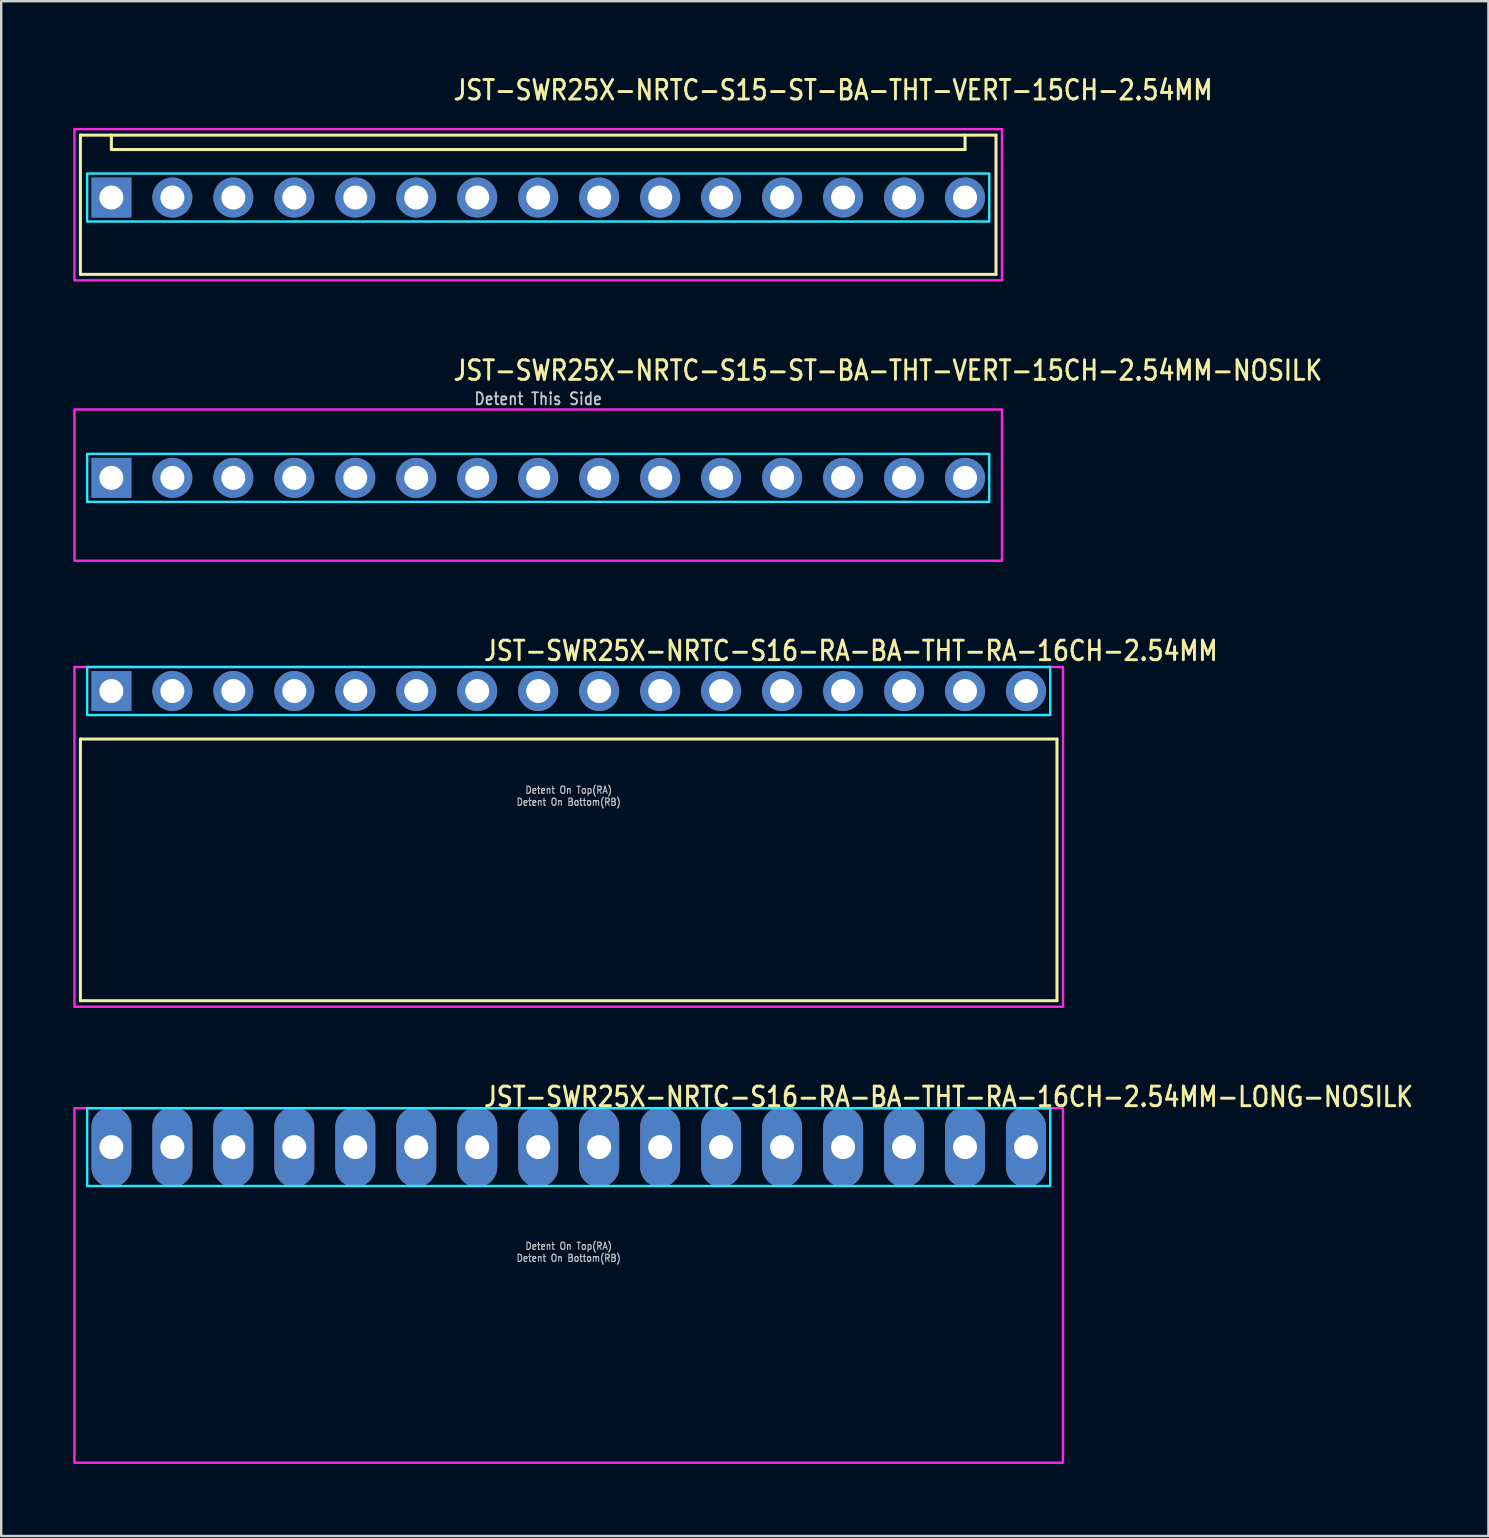
<source format=kicad_pcb>
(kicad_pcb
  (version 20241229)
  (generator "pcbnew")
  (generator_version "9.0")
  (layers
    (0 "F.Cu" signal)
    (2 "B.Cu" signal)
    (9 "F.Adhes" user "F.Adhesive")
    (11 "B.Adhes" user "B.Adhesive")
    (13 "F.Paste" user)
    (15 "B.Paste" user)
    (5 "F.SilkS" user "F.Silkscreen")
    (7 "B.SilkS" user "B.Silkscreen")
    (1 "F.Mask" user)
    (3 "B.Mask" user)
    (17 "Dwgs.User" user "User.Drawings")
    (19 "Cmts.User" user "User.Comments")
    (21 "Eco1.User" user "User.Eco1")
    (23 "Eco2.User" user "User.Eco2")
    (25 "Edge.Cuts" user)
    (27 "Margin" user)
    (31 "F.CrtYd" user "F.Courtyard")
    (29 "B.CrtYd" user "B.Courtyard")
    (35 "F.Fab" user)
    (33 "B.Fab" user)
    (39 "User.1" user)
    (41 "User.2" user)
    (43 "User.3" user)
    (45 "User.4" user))
  (footprint "JST-SWR25X-NRTC-S15-ST-BA-THT-VERT-15CH-2.54MM-NOSILK"
    (layer "F.Cu")
    (at 19.37 16.857)
    (property "Reference" "JST-SWR25X-NRTC-S15-ST-BA-THT-VERT-15CH-2.54MM-NOSILK" (at -3.6 -4 0) (unlocked yes) (layer "F.SilkS") (effects (font (size 0.813 0.695) (thickness 0.122)) (justify left bottom)))
    (fp_poly (pts (xy -18.79 -1) (xy -18.79 1) (xy 18.79 1) (xy 18.79 -1)) (stroke (width 0.1) (type solid)) (fill no) (layer "B.CrtYd"))
    (fp_poly (pts (xy -19.32 -2.85) (xy -19.32 3.45) (xy 19.32 3.45) (xy 19.32 -2.85)) (stroke (width 0.1) (type solid)) (fill no) (layer "F.CrtYd"))
    (fp_text user "Detent This Side" (at 0 -3 0) (unlocked yes) (layer "Dwgs.User") (effects (font (size 0.5 0.427) (thickness 0.075)) (justify bottom)))
    (pad "1" thru_hole rect (at -17.78 0) (size 1.667 1.667) (drill 1) (layers "*.Cu" "*.Mask"))
    (pad "2" thru_hole oval (at -15.24 0) (size 1.667 1.667) (drill 1) (layers "*.Cu" "*.Mask"))
    (pad "3" thru_hole oval (at -12.7 0) (size 1.667 1.667) (drill 1) (layers "*.Cu" "*.Mask"))
    (pad "4" thru_hole oval (at -10.16 0) (size 1.667 1.667) (drill 1) (layers "*.Cu" "*.Mask"))
    (pad "5" thru_hole oval (at -7.62 0) (size 1.667 1.667) (drill 1) (layers "*.Cu" "*.Mask"))
    (pad "6" thru_hole oval (at -5.08 0) (size 1.667 1.667) (drill 1) (layers "*.Cu" "*.Mask"))
    (pad "7" thru_hole oval (at -2.54 0) (size 1.667 1.667) (drill 1) (layers "*.Cu" "*.Mask"))
    (pad "8" thru_hole oval (at 0 0) (size 1.667 1.667) (drill 1) (layers "*.Cu" "*.Mask"))
    (pad "9" thru_hole oval (at 2.54 0) (size 1.667 1.667) (drill 1) (layers "*.Cu" "*.Mask"))
    (pad "10" thru_hole oval (at 5.08 0) (size 1.667 1.667) (drill 1) (layers "*.Cu" "*.Mask"))
    (pad "11" thru_hole oval (at 7.62 0) (size 1.667 1.667) (drill 1) (layers "*.Cu" "*.Mask"))
    (pad "12" thru_hole oval (at 10.16 0) (size 1.667 1.667) (drill 1) (layers "*.Cu" "*.Mask"))
    (pad "13" thru_hole oval (at 12.7 0) (size 1.667 1.667) (drill 1) (layers "*.Cu" "*.Mask"))
    (pad "14" thru_hole oval (at 15.24 0) (size 1.667 1.667) (drill 1) (layers "*.Cu" "*.Mask"))
    (pad "15" thru_hole oval (at 17.78 0) (size 1.667 1.667) (drill 1) (layers "*.Cu" "*.Mask")))
  (footprint "JST-SWR25X-NRTC-S16-RA-BA-THT-RA-16CH-2.54MM"
    (layer "F.Cu")
    (at 20.64 25.736)
    (property "Reference" "JST-SWR25X-NRTC-S16-RA-BA-THT-RA-16CH-2.54MM" (at -3.6 -1.2 0) (unlocked yes) (layer "F.SilkS") (effects (font (size 0.813 0.695) (thickness 0.122)) (justify left bottom)))
    (fp_line (start -20.34 2) (end 20.34 2) (stroke (width 0.127) (type solid)) (layer "F.SilkS"))
    (fp_line (start -20.34 12.9) (end -20.34 2) (stroke (width 0.127) (type solid)) (layer "F.SilkS"))
    (fp_line (start -20.34 12.9) (end 20.34 12.9) (stroke (width 0.127) (type solid)) (layer "F.SilkS"))
    (fp_line (start 20.34 2) (end 20.34 12.9) (stroke (width 0.127) (type solid)) (layer "F.SilkS"))
    (fp_poly (pts (xy -20.06 -1) (xy -20.06 1) (xy 20.06 1) (xy 20.06 -1)) (stroke (width 0.1) (type solid)) (fill no) (layer "B.CrtYd"))
    (fp_poly (pts (xy -20.59 -1) (xy -20.59 13.15) (xy 20.59 13.15) (xy 20.59 -1)) (stroke (width 0.1) (type solid)) (fill no) (layer "F.CrtYd"))
    (fp_text user "Detent On Top(RA)" (at 0 4.3 0) (unlocked yes) (layer "Dwgs.User") (effects (font (size 0.3 0.257) (thickness 0.045)) (justify bottom)))
    (fp_text user "Detent On Bottom(RB)" (at 0 4.8 0) (unlocked yes) (layer "Dwgs.User") (effects (font (size 0.3 0.257) (thickness 0.045)) (justify bottom)))
    (pad "1" thru_hole rect (at -19.05 0) (size 1.667 1.667) (drill 1) (layers "*.Cu" "*.Mask"))
    (pad "2" thru_hole oval (at -16.51 0) (size 1.667 1.667) (drill 1) (layers "*.Cu" "*.Mask"))
    (pad "3" thru_hole oval (at -13.97 0) (size 1.667 1.667) (drill 1) (layers "*.Cu" "*.Mask"))
    (pad "4" thru_hole oval (at -11.43 0) (size 1.667 1.667) (drill 1) (layers "*.Cu" "*.Mask"))
    (pad "5" thru_hole oval (at -8.89 0) (size 1.667 1.667) (drill 1) (layers "*.Cu" "*.Mask"))
    (pad "6" thru_hole oval (at -6.35 0) (size 1.667 1.667) (drill 1) (layers "*.Cu" "*.Mask"))
    (pad "7" thru_hole oval (at -3.81 0) (size 1.667 1.667) (drill 1) (layers "*.Cu" "*.Mask"))
    (pad "8" thru_hole oval (at -1.27 0) (size 1.667 1.667) (drill 1) (layers "*.Cu" "*.Mask"))
    (pad "9" thru_hole oval (at 1.27 0) (size 1.667 1.667) (drill 1) (layers "*.Cu" "*.Mask"))
    (pad "10" thru_hole oval (at 3.81 0) (size 1.667 1.667) (drill 1) (layers "*.Cu" "*.Mask"))
    (pad "11" thru_hole oval (at 6.35 0) (size 1.667 1.667) (drill 1) (layers "*.Cu" "*.Mask"))
    (pad "12" thru_hole oval (at 8.89 0) (size 1.667 1.667) (drill 1) (layers "*.Cu" "*.Mask"))
    (pad "13" thru_hole oval (at 11.43 0) (size 1.667 1.667) (drill 1) (layers "*.Cu" "*.Mask"))
    (pad "14" thru_hole oval (at 13.97 0) (size 1.667 1.667) (drill 1) (layers "*.Cu" "*.Mask"))
    (pad "15" thru_hole oval (at 16.51 0) (size 1.667 1.667) (drill 1) (layers "*.Cu" "*.Mask"))
    (pad "16" thru_hole oval (at 19.05 0) (size 1.667 1.667) (drill 1) (layers "*.Cu" "*.Mask")))
  (footprint "JST-SWR25X-NRTC-S16-RA-BA-THT-RA-16CH-2.54MM-LONG-NOSILK"
    (layer "F.Cu")
    (at 20.64 44.734)
    (property "Reference" "JST-SWR25X-NRTC-S16-RA-BA-THT-RA-16CH-2.54MM-LONG-NOSILK" (at -3.6 -1.62 0) (unlocked yes) (layer "F.SilkS") (effects (font (size 0.813 0.695) (thickness 0.122)) (justify left bottom)))
    (fp_poly (pts (xy -20.06 -1.62) (xy -20.06 1.62) (xy 20.06 1.62) (xy 20.06 -1.62)) (stroke (width 0.1) (type solid)) (fill no) (layer "B.CrtYd"))
    (fp_poly (pts (xy -20.59 -1.62) (xy -20.59 13.15) (xy 20.59 13.15) (xy 20.59 -1.62)) (stroke (width 0.1) (type solid)) (fill no) (layer "F.CrtYd"))
    (fp_text user "Detent On Bottom(RB)" (at 0 4.8 0) (unlocked yes) (layer "Dwgs.User") (effects (font (size 0.3 0.257) (thickness 0.045)) (justify bottom)))
    (fp_text user "Detent On Top(RA)" (at 0 4.3 0) (unlocked yes) (layer "Dwgs.User") (effects (font (size 0.3 0.257) (thickness 0.045)) (justify bottom)))
    (pad "1" thru_hole oval (at -19.05 0 90) (size 3.333 1.667) (drill 1) (layers "*.Cu" "*.Mask"))
    (pad "2" thru_hole oval (at -16.51 0 90) (size 3.333 1.667) (drill 1) (layers "*.Cu" "*.Mask"))
    (pad "3" thru_hole oval (at -13.97 0 90) (size 3.333 1.667) (drill 1) (layers "*.Cu" "*.Mask"))
    (pad "4" thru_hole oval (at -11.43 0 90) (size 3.333 1.667) (drill 1) (layers "*.Cu" "*.Mask"))
    (pad "5" thru_hole oval (at -8.89 0 90) (size 3.333 1.667) (drill 1) (layers "*.Cu" "*.Mask"))
    (pad "6" thru_hole oval (at -6.35 0 90) (size 3.333 1.667) (drill 1) (layers "*.Cu" "*.Mask"))
    (pad "7" thru_hole oval (at -3.81 0 90) (size 3.333 1.667) (drill 1) (layers "*.Cu" "*.Mask"))
    (pad "8" thru_hole oval (at -1.27 0 90) (size 3.333 1.667) (drill 1) (layers "*.Cu" "*.Mask"))
    (pad "9" thru_hole oval (at 1.27 0 90) (size 3.333 1.667) (drill 1) (layers "*.Cu" "*.Mask"))
    (pad "10" thru_hole oval (at 3.81 0 90) (size 3.333 1.667) (drill 1) (layers "*.Cu" "*.Mask"))
    (pad "11" thru_hole oval (at 6.35 0 90) (size 3.333 1.667) (drill 1) (layers "*.Cu" "*.Mask"))
    (pad "12" thru_hole oval (at 8.89 0 90) (size 3.333 1.667) (drill 1) (layers "*.Cu" "*.Mask"))
    (pad "13" thru_hole oval (at 11.43 0 90) (size 3.333 1.667) (drill 1) (layers "*.Cu" "*.Mask"))
    (pad "14" thru_hole oval (at 13.97 0 90) (size 3.333 1.667) (drill 1) (layers "*.Cu" "*.Mask"))
    (pad "15" thru_hole oval (at 16.51 0 90) (size 3.333 1.667) (drill 1) (layers "*.Cu" "*.Mask"))
    (pad "16" thru_hole oval (at 19.05 0 90) (size 3.333 1.667) (drill 1) (layers "*.Cu" "*.Mask")))
  (footprint "JST-SWR25X-NRTC-S15-ST-BA-THT-VERT-15CH-2.54MM"
    (layer "F.Cu")
    (at 19.37 5.179)
    (property "Reference" "JST-SWR25X-NRTC-S15-ST-BA-THT-VERT-15CH-2.54MM" (at -3.6 -4 0) (unlocked yes) (layer "F.SilkS") (effects (font (size 0.813 0.695) (thickness 0.122)) (justify left bottom)))
    (fp_line (start -19.07 -2.6) (end 19.07 -2.6) (stroke (width 0.127) (type solid)) (layer "F.SilkS"))
    (fp_line (start -19.07 3.2) (end -19.07 -2.6) (stroke (width 0.127) (type solid)) (layer "F.SilkS"))
    (fp_line (start -19.07 3.2) (end 19.07 3.2) (stroke (width 0.127) (type solid)) (layer "F.SilkS"))
    (fp_line (start -17.78 -2.6) (end -17.78 -2) (stroke (width 0.127) (type solid)) (layer "F.SilkS"))
    (fp_line (start -17.78 -2) (end 17.78 -2) (stroke (width 0.127) (type solid)) (layer "F.SilkS"))
    (fp_line (start 17.78 -2.6) (end 17.78 -2) (stroke (width 0.127) (type solid)) (layer "F.SilkS"))
    (fp_line (start 19.07 -2.6) (end 19.07 3.2) (stroke (width 0.127) (type solid)) (layer "F.SilkS"))
    (fp_poly (pts (xy -18.79 -1) (xy -18.79 1) (xy 18.79 1) (xy 18.79 -1)) (stroke (width 0.1) (type solid)) (fill no) (layer "B.CrtYd"))
    (fp_poly (pts (xy -19.32 -2.85) (xy -19.32 3.45) (xy 19.32 3.45) (xy 19.32 -2.85)) (stroke (width 0.1) (type solid)) (fill no) (layer "F.CrtYd"))
    (pad "1" thru_hole rect (at -17.78 0) (size 1.667 1.667) (drill 1) (layers "*.Cu" "*.Mask"))
    (pad "2" thru_hole oval (at -15.24 0) (size 1.667 1.667) (drill 1) (layers "*.Cu" "*.Mask"))
    (pad "3" thru_hole oval (at -12.7 0) (size 1.667 1.667) (drill 1) (layers "*.Cu" "*.Mask"))
    (pad "4" thru_hole oval (at -10.16 0) (size 1.667 1.667) (drill 1) (layers "*.Cu" "*.Mask"))
    (pad "5" thru_hole oval (at -7.62 0) (size 1.667 1.667) (drill 1) (layers "*.Cu" "*.Mask"))
    (pad "6" thru_hole oval (at -5.08 0) (size 1.667 1.667) (drill 1) (layers "*.Cu" "*.Mask"))
    (pad "7" thru_hole oval (at -2.54 0) (size 1.667 1.667) (drill 1) (layers "*.Cu" "*.Mask"))
    (pad "8" thru_hole oval (at 0 0) (size 1.667 1.667) (drill 1) (layers "*.Cu" "*.Mask"))
    (pad "9" thru_hole oval (at 2.54 0) (size 1.667 1.667) (drill 1) (layers "*.Cu" "*.Mask"))
    (pad "10" thru_hole oval (at 5.08 0) (size 1.667 1.667) (drill 1) (layers "*.Cu" "*.Mask"))
    (pad "11" thru_hole oval (at 7.62 0) (size 1.667 1.667) (drill 1) (layers "*.Cu" "*.Mask"))
    (pad "12" thru_hole oval (at 10.16 0) (size 1.667 1.667) (drill 1) (layers "*.Cu" "*.Mask"))
    (pad "13" thru_hole oval (at 12.7 0) (size 1.667 1.667) (drill 1) (layers "*.Cu" "*.Mask"))
    (pad "14" thru_hole oval (at 15.24 0) (size 1.667 1.667) (drill 1) (layers "*.Cu" "*.Mask"))
    (pad "15" thru_hole oval (at 17.78 0) (size 1.667 1.667) (drill 1) (layers "*.Cu" "*.Mask")))
  (gr_rect
    (start -3 -3)
    (end 58.952 60.934)
    (stroke (width 0.1) (type default))
    (fill no)
    (layer "Edge.Cuts")))
</source>
